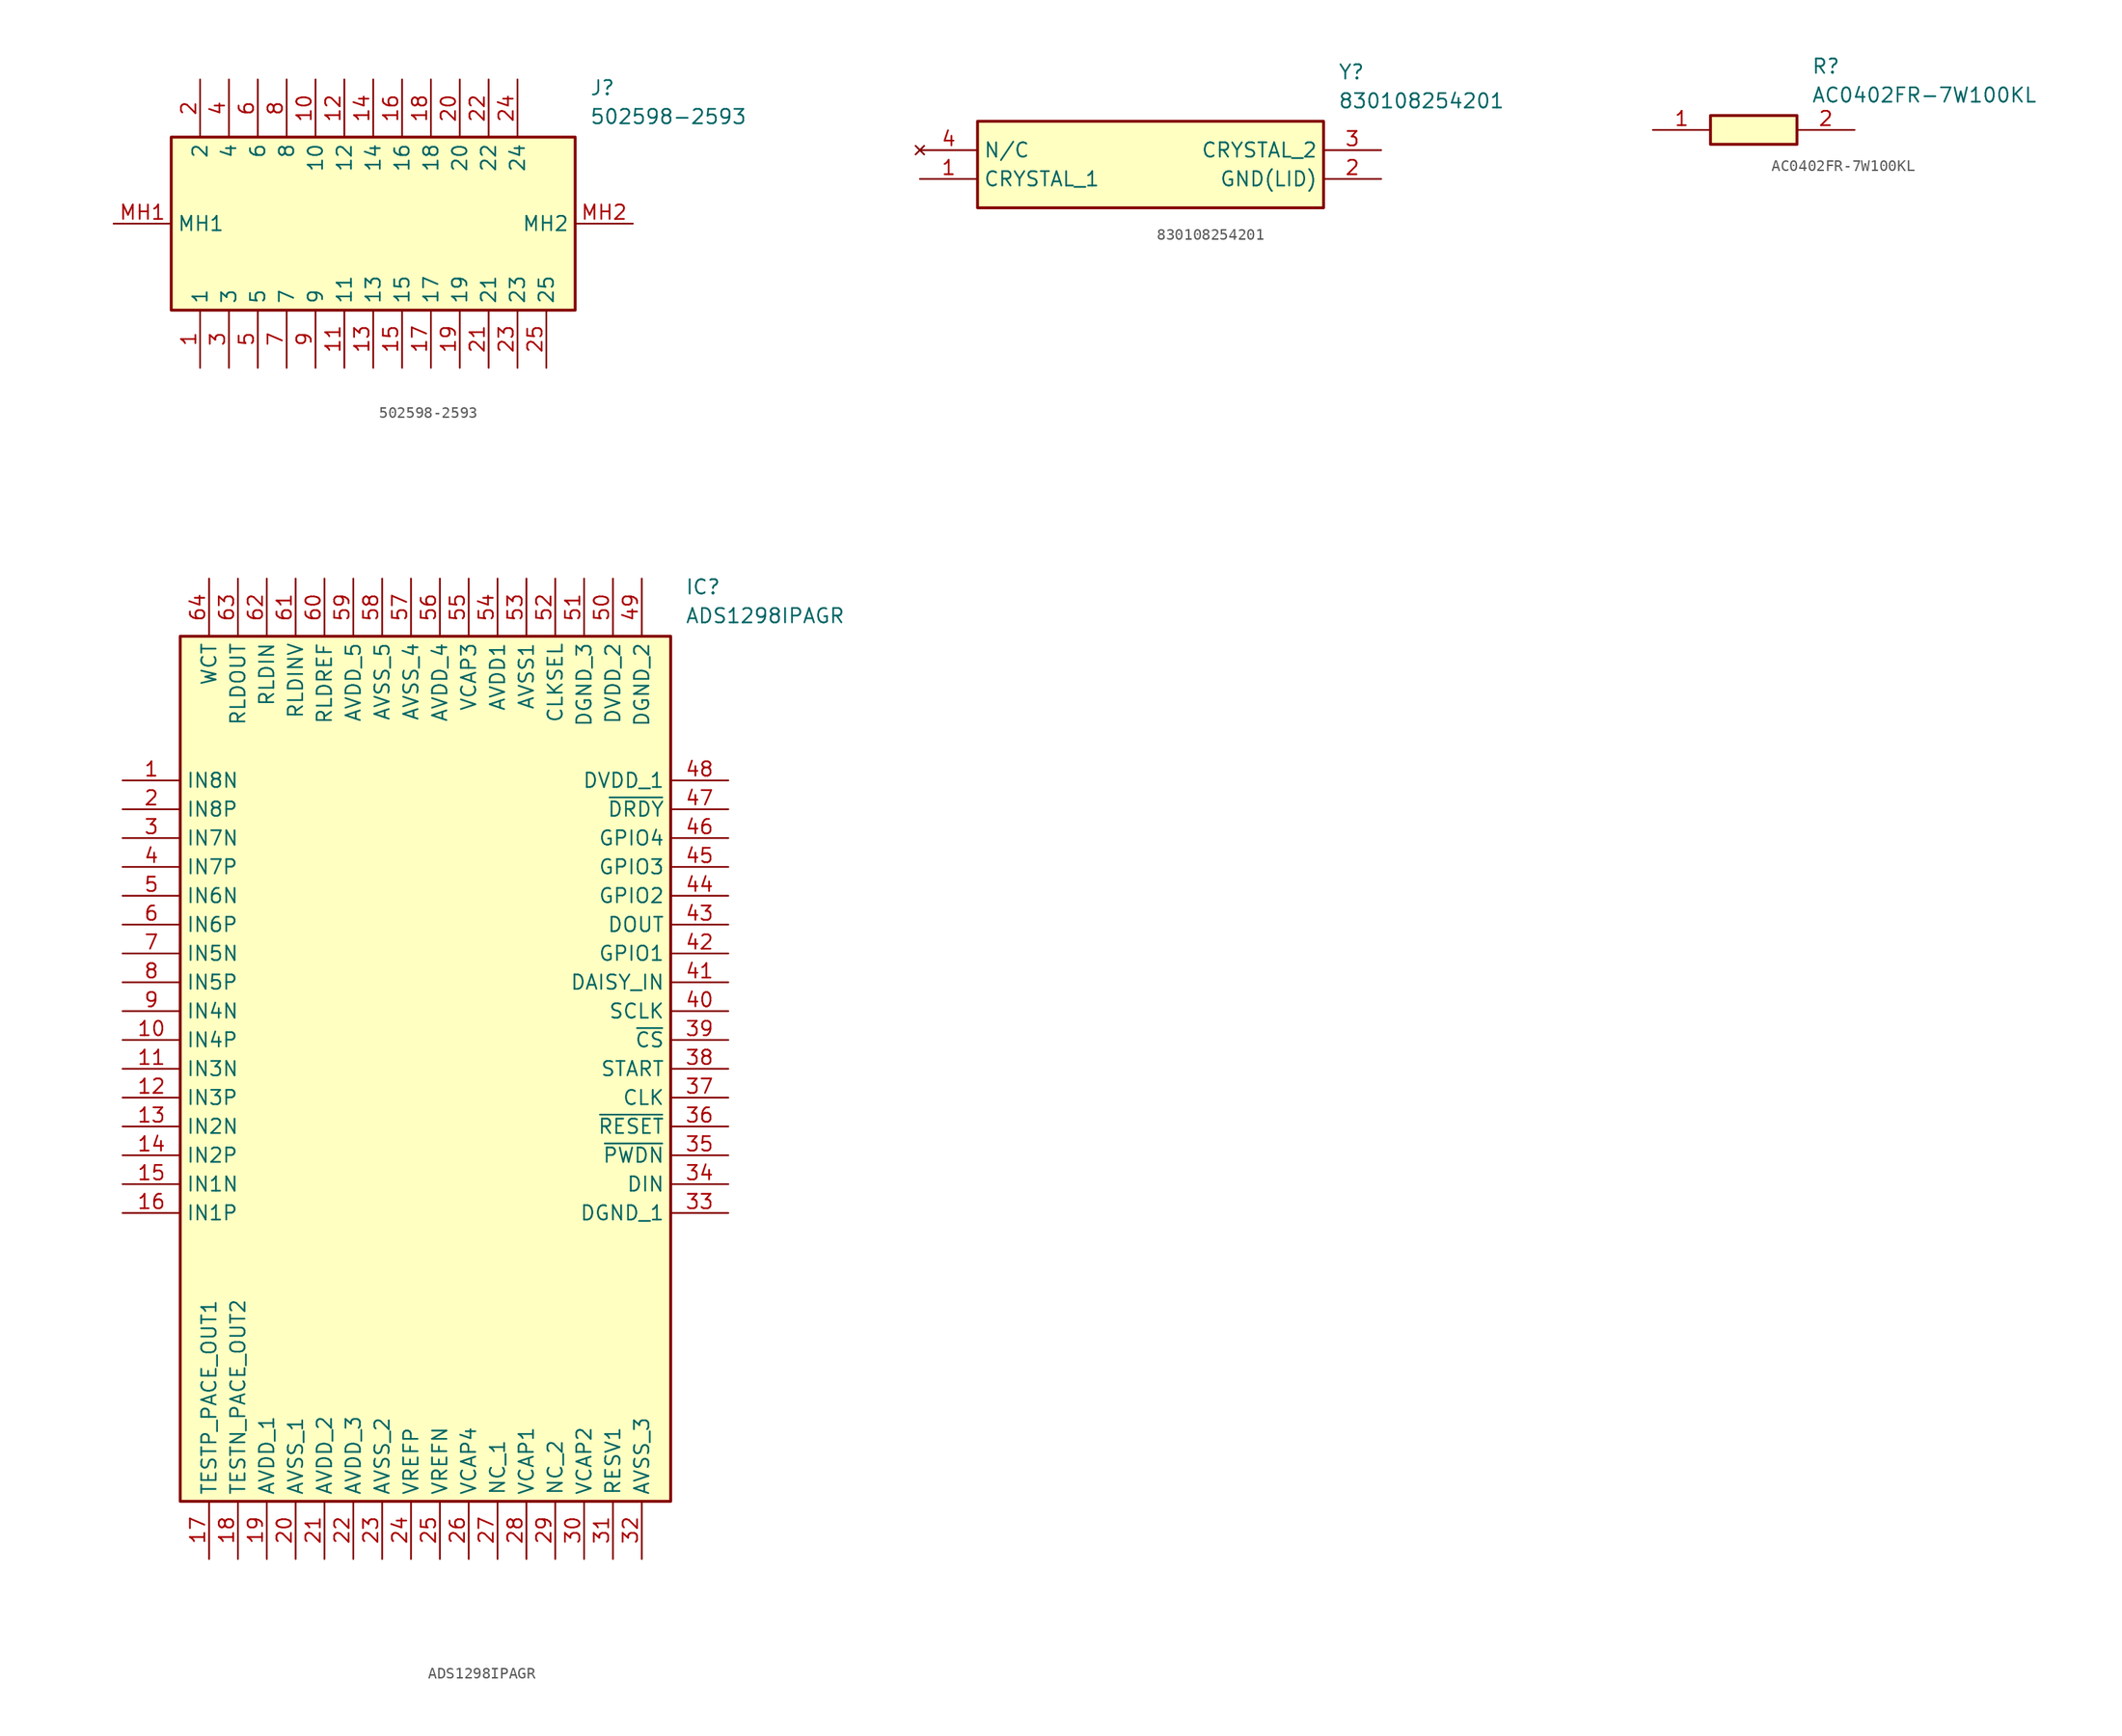
<source format=kicad_sym>
(kicad_symbol_lib
  (version 20220914)
  (generator kicad_symbol_editor)
  (symbol "502598-2593"
    (property "Reference" "J"
      (at 41.91 12.7 0)
      (effects (font (size 1.27 1.27)) (justify left top)))
    (property "Value" "502598-2593"
      (at 41.91 10.16 0)
      (effects (font (size 1.27 1.27)) (justify left top)))
    (symbol "502598-2593_1_1"
      (rectangle (start 5.08 7.62) (end 40.64 -7.62) (stroke (width 0.254) (type default)) (fill (type background)))
      (pin passive line (at 7.62 -12.7 90) (length 5.08) (name "1" (effects (font (size 1.27 1.27)))) (number "1" (effects (font (size 1.27 1.27)))))
      (pin passive line (at 17.78 12.7 270) (length 5.08) (name "10" (effects (font (size 1.27 1.27)))) (number "10" (effects (font (size 1.27 1.27)))))
      (pin passive line (at 20.32 -12.7 90) (length 5.08) (name "11" (effects (font (size 1.27 1.27)))) (number "11" (effects (font (size 1.27 1.27)))))
      (pin passive line (at 20.32 12.7 270) (length 5.08) (name "12" (effects (font (size 1.27 1.27)))) (number "12" (effects (font (size 1.27 1.27)))))
      (pin passive line (at 22.86 -12.7 90) (length 5.08) (name "13" (effects (font (size 1.27 1.27)))) (number "13" (effects (font (size 1.27 1.27)))))
      (pin passive line (at 22.86 12.7 270) (length 5.08) (name "14" (effects (font (size 1.27 1.27)))) (number "14" (effects (font (size 1.27 1.27)))))
      (pin passive line (at 25.4 -12.7 90) (length 5.08) (name "15" (effects (font (size 1.27 1.27)))) (number "15" (effects (font (size 1.27 1.27)))))
      (pin passive line (at 25.4 12.7 270) (length 5.08) (name "16" (effects (font (size 1.27 1.27)))) (number "16" (effects (font (size 1.27 1.27)))))
      (pin passive line (at 27.94 -12.7 90) (length 5.08) (name "17" (effects (font (size 1.27 1.27)))) (number "17" (effects (font (size 1.27 1.27)))))
      (pin passive line (at 27.94 12.7 270) (length 5.08) (name "18" (effects (font (size 1.27 1.27)))) (number "18" (effects (font (size 1.27 1.27)))))
      (pin passive line (at 30.48 -12.7 90) (length 5.08) (name "19" (effects (font (size 1.27 1.27)))) (number "19" (effects (font (size 1.27 1.27)))))
      (pin passive line (at 7.62 12.7 270) (length 5.08) (name "2" (effects (font (size 1.27 1.27)))) (number "2" (effects (font (size 1.27 1.27)))))
      (pin passive line (at 30.48 12.7 270) (length 5.08) (name "20" (effects (font (size 1.27 1.27)))) (number "20" (effects (font (size 1.27 1.27)))))
      (pin passive line (at 33.02 -12.7 90) (length 5.08) (name "21" (effects (font (size 1.27 1.27)))) (number "21" (effects (font (size 1.27 1.27)))))
      (pin passive line (at 33.02 12.7 270) (length 5.08) (name "22" (effects (font (size 1.27 1.27)))) (number "22" (effects (font (size 1.27 1.27)))))
      (pin passive line (at 35.56 -12.7 90) (length 5.08) (name "23" (effects (font (size 1.27 1.27)))) (number "23" (effects (font (size 1.27 1.27)))))
      (pin passive line (at 35.56 12.7 270) (length 5.08) (name "24" (effects (font (size 1.27 1.27)))) (number "24" (effects (font (size 1.27 1.27)))))
      (pin passive line (at 38.1 -12.7 90) (length 5.08) (name "25" (effects (font (size 1.27 1.27)))) (number "25" (effects (font (size 1.27 1.27)))))
      (pin passive line (at 10.16 -12.7 90) (length 5.08) (name "3" (effects (font (size 1.27 1.27)))) (number "3" (effects (font (size 1.27 1.27)))))
      (pin passive line (at 10.16 12.7 270) (length 5.08) (name "4" (effects (font (size 1.27 1.27)))) (number "4" (effects (font (size 1.27 1.27)))))
      (pin passive line (at 12.7 -12.7 90) (length 5.08) (name "5" (effects (font (size 1.27 1.27)))) (number "5" (effects (font (size 1.27 1.27)))))
      (pin passive line (at 12.7 12.7 270) (length 5.08) (name "6" (effects (font (size 1.27 1.27)))) (number "6" (effects (font (size 1.27 1.27)))))
      (pin passive line (at 15.24 -12.7 90) (length 5.08) (name "7" (effects (font (size 1.27 1.27)))) (number "7" (effects (font (size 1.27 1.27)))))
      (pin passive line (at 15.24 12.7 270) (length 5.08) (name "8" (effects (font (size 1.27 1.27)))) (number "8" (effects (font (size 1.27 1.27)))))
      (pin passive line (at 17.78 -12.7 90) (length 5.08) (name "9" (effects (font (size 1.27 1.27)))) (number "9" (effects (font (size 1.27 1.27)))))
      (pin passive line (at 0 0 0) (length 5.08) (name "MH1" (effects (font (size 1.27 1.27)))) (number "MH1" (effects (font (size 1.27 1.27)))))
      (pin passive line (at 45.72 0 180) (length 5.08) (name "MH2" (effects (font (size 1.27 1.27)))) (number "MH2" (effects (font (size 1.27 1.27)))))))
  (symbol "830108254201"
    (property "Reference" "Y"
      (at 36.83 7.62 0)
      (effects (font (size 1.27 1.27)) (justify left top)))
    (property "Value" "830108254201"
      (at 36.83 5.08 0)
      (effects (font (size 1.27 1.27)) (justify left top)))
    (symbol "830108254201_1_1"
      (rectangle (start 5.08 2.54) (end 35.56 -5.08) (stroke (width 0.254) (type default)) (fill (type background)))
      (pin passive line (at 0 -2.54 0) (length 5.08) (name "CRYSTAL_1" (effects (font (size 1.27 1.27)))) (number "1" (effects (font (size 1.27 1.27)))))
      (pin passive line (at 40.64 -2.54 180) (length 5.08) (name "GND(LID)" (effects (font (size 1.27 1.27)))) (number "2" (effects (font (size 1.27 1.27)))))
      (pin passive line (at 40.64 0 180) (length 5.08) (name "CRYSTAL_2" (effects (font (size 1.27 1.27)))) (number "3" (effects (font (size 1.27 1.27)))))
      (pin no_connect line (at 0 0 0) (length 5.08) (name "N/C" (effects (font (size 1.27 1.27)))) (number "4" (effects (font (size 1.27 1.27)))))))
  (symbol "AC0402FR-7W100KL"
    (pin_names hide)
    (property "Reference" "R"
      (at 13.97 6.35 0)
      (effects (font (size 1.27 1.27)) (justify left top)))
    (property "Value" "AC0402FR-7W100KL"
      (at 13.97 3.81 0)
      (effects (font (size 1.27 1.27)) (justify left top)))
    (rectangle
      (start 5.08 1.27)
      (end 12.7 -1.27)
      (stroke (width 0.254) (type default))
      (fill (type background)))
    (pin passive line
      (at 0 0 0)
      (length 5.08)
      (name "1" (effects (font (size 1.27 1.27))))
      (number "1" (effects (font (size 1.27 1.27)))))
    (pin passive line
      (at 17.78 0 180)
      (length 5.08)
      (name "2" (effects (font (size 1.27 1.27))))
      (number "2" (effects (font (size 1.27 1.27))))))
  (symbol "ADS1298IPAGR"
    (property "Reference" "IC"
      (at 49.53 17.78 0)
      (effects (font (size 1.27 1.27)) (justify left top)))
    (property "Value" "ADS1298IPAGR"
      (at 49.53 15.24 0)
      (effects (font (size 1.27 1.27)) (justify left top)))
    (symbol "ADS1298IPAGR_1_1"
      (rectangle (start 5.08 12.7) (end 48.26 -63.5) (stroke (width 0.254) (type default)) (fill (type background)))
      (pin passive line (at 0 0 0) (length 5.08) (name "IN8N" (effects (font (size 1.27 1.27)))) (number "1" (effects (font (size 1.27 1.27)))))
      (pin passive line (at 0 -22.86 0) (length 5.08) (name "IN4P" (effects (font (size 1.27 1.27)))) (number "10" (effects (font (size 1.27 1.27)))))
      (pin passive line (at 0 -25.4 0) (length 5.08) (name "IN3N" (effects (font (size 1.27 1.27)))) (number "11" (effects (font (size 1.27 1.27)))))
      (pin passive line (at 0 -27.94 0) (length 5.08) (name "IN3P" (effects (font (size 1.27 1.27)))) (number "12" (effects (font (size 1.27 1.27)))))
      (pin passive line (at 0 -30.48 0) (length 5.08) (name "IN2N" (effects (font (size 1.27 1.27)))) (number "13" (effects (font (size 1.27 1.27)))))
      (pin passive line (at 0 -33.02 0) (length 5.08) (name "IN2P" (effects (font (size 1.27 1.27)))) (number "14" (effects (font (size 1.27 1.27)))))
      (pin passive line (at 0 -35.56 0) (length 5.08) (name "IN1N" (effects (font (size 1.27 1.27)))) (number "15" (effects (font (size 1.27 1.27)))))
      (pin passive line (at 0 -38.1 0) (length 5.08) (name "IN1P" (effects (font (size 1.27 1.27)))) (number "16" (effects (font (size 1.27 1.27)))))
      (pin passive line (at 7.62 -68.58 90) (length 5.08) (name "TESTP_PACE_OUT1" (effects (font (size 1.27 1.27)))) (number "17" (effects (font (size 1.27 1.27)))))
      (pin passive line (at 10.16 -68.58 90) (length 5.08) (name "TESTN_PACE_OUT2" (effects (font (size 1.27 1.27)))) (number "18" (effects (font (size 1.27 1.27)))))
      (pin passive line (at 12.7 -68.58 90) (length 5.08) (name "AVDD_1" (effects (font (size 1.27 1.27)))) (number "19" (effects (font (size 1.27 1.27)))))
      (pin passive line (at 0 -2.54 0) (length 5.08) (name "IN8P" (effects (font (size 1.27 1.27)))) (number "2" (effects (font (size 1.27 1.27)))))
      (pin passive line (at 15.24 -68.58 90) (length 5.08) (name "AVSS_1" (effects (font (size 1.27 1.27)))) (number "20" (effects (font (size 1.27 1.27)))))
      (pin passive line (at 17.78 -68.58 90) (length 5.08) (name "AVDD_2" (effects (font (size 1.27 1.27)))) (number "21" (effects (font (size 1.27 1.27)))))
      (pin passive line (at 20.32 -68.58 90) (length 5.08) (name "AVDD_3" (effects (font (size 1.27 1.27)))) (number "22" (effects (font (size 1.27 1.27)))))
      (pin passive line (at 22.86 -68.58 90) (length 5.08) (name "AVSS_2" (effects (font (size 1.27 1.27)))) (number "23" (effects (font (size 1.27 1.27)))))
      (pin passive line (at 25.4 -68.58 90) (length 5.08) (name "VREFP" (effects (font (size 1.27 1.27)))) (number "24" (effects (font (size 1.27 1.27)))))
      (pin passive line (at 27.94 -68.58 90) (length 5.08) (name "VREFN" (effects (font (size 1.27 1.27)))) (number "25" (effects (font (size 1.27 1.27)))))
      (pin passive line (at 30.48 -68.58 90) (length 5.08) (name "VCAP4" (effects (font (size 1.27 1.27)))) (number "26" (effects (font (size 1.27 1.27)))))
      (pin passive line (at 33.02 -68.58 90) (length 5.08) (name "NC_1" (effects (font (size 1.27 1.27)))) (number "27" (effects (font (size 1.27 1.27)))))
      (pin passive line (at 35.56 -68.58 90) (length 5.08) (name "VCAP1" (effects (font (size 1.27 1.27)))) (number "28" (effects (font (size 1.27 1.27)))))
      (pin passive line (at 38.1 -68.58 90) (length 5.08) (name "NC_2" (effects (font (size 1.27 1.27)))) (number "29" (effects (font (size 1.27 1.27)))))
      (pin passive line (at 0 -5.08 0) (length 5.08) (name "IN7N" (effects (font (size 1.27 1.27)))) (number "3" (effects (font (size 1.27 1.27)))))
      (pin passive line (at 40.64 -68.58 90) (length 5.08) (name "VCAP2" (effects (font (size 1.27 1.27)))) (number "30" (effects (font (size 1.27 1.27)))))
      (pin passive line (at 43.18 -68.58 90) (length 5.08) (name "RESV1" (effects (font (size 1.27 1.27)))) (number "31" (effects (font (size 1.27 1.27)))))
      (pin passive line (at 45.72 -68.58 90) (length 5.08) (name "AVSS_3" (effects (font (size 1.27 1.27)))) (number "32" (effects (font (size 1.27 1.27)))))
      (pin passive line (at 53.34 -38.1 180) (length 5.08) (name "DGND_1" (effects (font (size 1.27 1.27)))) (number "33" (effects (font (size 1.27 1.27)))))
      (pin passive line (at 53.34 -35.56 180) (length 5.08) (name "DIN" (effects (font (size 1.27 1.27)))) (number "34" (effects (font (size 1.27 1.27)))))
      (pin passive line (at 53.34 -33.02 180) (length 5.08) (name "~{PWDN}" (effects (font (size 1.27 1.27)))) (number "35" (effects (font (size 1.27 1.27)))))
      (pin passive line (at 53.34 -30.48 180) (length 5.08) (name "~{RESET}" (effects (font (size 1.27 1.27)))) (number "36" (effects (font (size 1.27 1.27)))))
      (pin passive line (at 53.34 -27.94 180) (length 5.08) (name "CLK" (effects (font (size 1.27 1.27)))) (number "37" (effects (font (size 1.27 1.27)))))
      (pin passive line (at 53.34 -25.4 180) (length 5.08) (name "START" (effects (font (size 1.27 1.27)))) (number "38" (effects (font (size 1.27 1.27)))))
      (pin passive line (at 53.34 -22.86 180) (length 5.08) (name "~{CS}" (effects (font (size 1.27 1.27)))) (number "39" (effects (font (size 1.27 1.27)))))
      (pin passive line (at 0 -7.62 0) (length 5.08) (name "IN7P" (effects (font (size 1.27 1.27)))) (number "4" (effects (font (size 1.27 1.27)))))
      (pin passive line (at 53.34 -20.32 180) (length 5.08) (name "SCLK" (effects (font (size 1.27 1.27)))) (number "40" (effects (font (size 1.27 1.27)))))
      (pin passive line (at 53.34 -17.78 180) (length 5.08) (name "DAISY_IN" (effects (font (size 1.27 1.27)))) (number "41" (effects (font (size 1.27 1.27)))))
      (pin passive line (at 53.34 -15.24 180) (length 5.08) (name "GPIO1" (effects (font (size 1.27 1.27)))) (number "42" (effects (font (size 1.27 1.27)))))
      (pin passive line (at 53.34 -12.7 180) (length 5.08) (name "DOUT" (effects (font (size 1.27 1.27)))) (number "43" (effects (font (size 1.27 1.27)))))
      (pin passive line (at 53.34 -10.16 180) (length 5.08) (name "GPIO2" (effects (font (size 1.27 1.27)))) (number "44" (effects (font (size 1.27 1.27)))))
      (pin passive line (at 53.34 -7.62 180) (length 5.08) (name "GPIO3" (effects (font (size 1.27 1.27)))) (number "45" (effects (font (size 1.27 1.27)))))
      (pin passive line (at 53.34 -5.08 180) (length 5.08) (name "GPIO4" (effects (font (size 1.27 1.27)))) (number "46" (effects (font (size 1.27 1.27)))))
      (pin passive line (at 53.34 -2.54 180) (length 5.08) (name "~{DRDY}" (effects (font (size 1.27 1.27)))) (number "47" (effects (font (size 1.27 1.27)))))
      (pin passive line (at 53.34 0 180) (length 5.08) (name "DVDD_1" (effects (font (size 1.27 1.27)))) (number "48" (effects (font (size 1.27 1.27)))))
      (pin passive line (at 45.72 17.78 270) (length 5.08) (name "DGND_2" (effects (font (size 1.27 1.27)))) (number "49" (effects (font (size 1.27 1.27)))))
      (pin passive line (at 0 -10.16 0) (length 5.08) (name "IN6N" (effects (font (size 1.27 1.27)))) (number "5" (effects (font (size 1.27 1.27)))))
      (pin passive line (at 43.18 17.78 270) (length 5.08) (name "DVDD_2" (effects (font (size 1.27 1.27)))) (number "50" (effects (font (size 1.27 1.27)))))
      (pin passive line (at 40.64 17.78 270) (length 5.08) (name "DGND_3" (effects (font (size 1.27 1.27)))) (number "51" (effects (font (size 1.27 1.27)))))
      (pin passive line (at 38.1 17.78 270) (length 5.08) (name "CLKSEL" (effects (font (size 1.27 1.27)))) (number "52" (effects (font (size 1.27 1.27)))))
      (pin passive line (at 35.56 17.78 270) (length 5.08) (name "AVSS1" (effects (font (size 1.27 1.27)))) (number "53" (effects (font (size 1.27 1.27)))))
      (pin passive line (at 33.02 17.78 270) (length 5.08) (name "AVDD1" (effects (font (size 1.27 1.27)))) (number "54" (effects (font (size 1.27 1.27)))))
      (pin passive line (at 30.48 17.78 270) (length 5.08) (name "VCAP3" (effects (font (size 1.27 1.27)))) (number "55" (effects (font (size 1.27 1.27)))))
      (pin passive line (at 27.94 17.78 270) (length 5.08) (name "AVDD_4" (effects (font (size 1.27 1.27)))) (number "56" (effects (font (size 1.27 1.27)))))
      (pin passive line (at 25.4 17.78 270) (length 5.08) (name "AVSS_4" (effects (font (size 1.27 1.27)))) (number "57" (effects (font (size 1.27 1.27)))))
      (pin passive line (at 22.86 17.78 270) (length 5.08) (name "AVSS_5" (effects (font (size 1.27 1.27)))) (number "58" (effects (font (size 1.27 1.27)))))
      (pin passive line (at 20.32 17.78 270) (length 5.08) (name "AVDD_5" (effects (font (size 1.27 1.27)))) (number "59" (effects (font (size 1.27 1.27)))))
      (pin passive line (at 0 -12.7 0) (length 5.08) (name "IN6P" (effects (font (size 1.27 1.27)))) (number "6" (effects (font (size 1.27 1.27)))))
      (pin passive line (at 17.78 17.78 270) (length 5.08) (name "RLDREF" (effects (font (size 1.27 1.27)))) (number "60" (effects (font (size 1.27 1.27)))))
      (pin passive line (at 15.24 17.78 270) (length 5.08) (name "RLDINV" (effects (font (size 1.27 1.27)))) (number "61" (effects (font (size 1.27 1.27)))))
      (pin passive line (at 12.7 17.78 270) (length 5.08) (name "RLDIN" (effects (font (size 1.27 1.27)))) (number "62" (effects (font (size 1.27 1.27)))))
      (pin passive line (at 10.16 17.78 270) (length 5.08) (name "RLDOUT" (effects (font (size 1.27 1.27)))) (number "63" (effects (font (size 1.27 1.27)))))
      (pin passive line (at 7.62 17.78 270) (length 5.08) (name "WCT" (effects (font (size 1.27 1.27)))) (number "64" (effects (font (size 1.27 1.27)))))
      (pin passive line (at 0 -15.24 0) (length 5.08) (name "IN5N" (effects (font (size 1.27 1.27)))) (number "7" (effects (font (size 1.27 1.27)))))
      (pin passive line (at 0 -17.78 0) (length 5.08) (name "IN5P" (effects (font (size 1.27 1.27)))) (number "8" (effects (font (size 1.27 1.27)))))
      (pin passive line (at 0 -20.32 0) (length 5.08) (name "IN4N" (effects (font (size 1.27 1.27)))) (number "9" (effects (font (size 1.27 1.27))))))))
</source>
